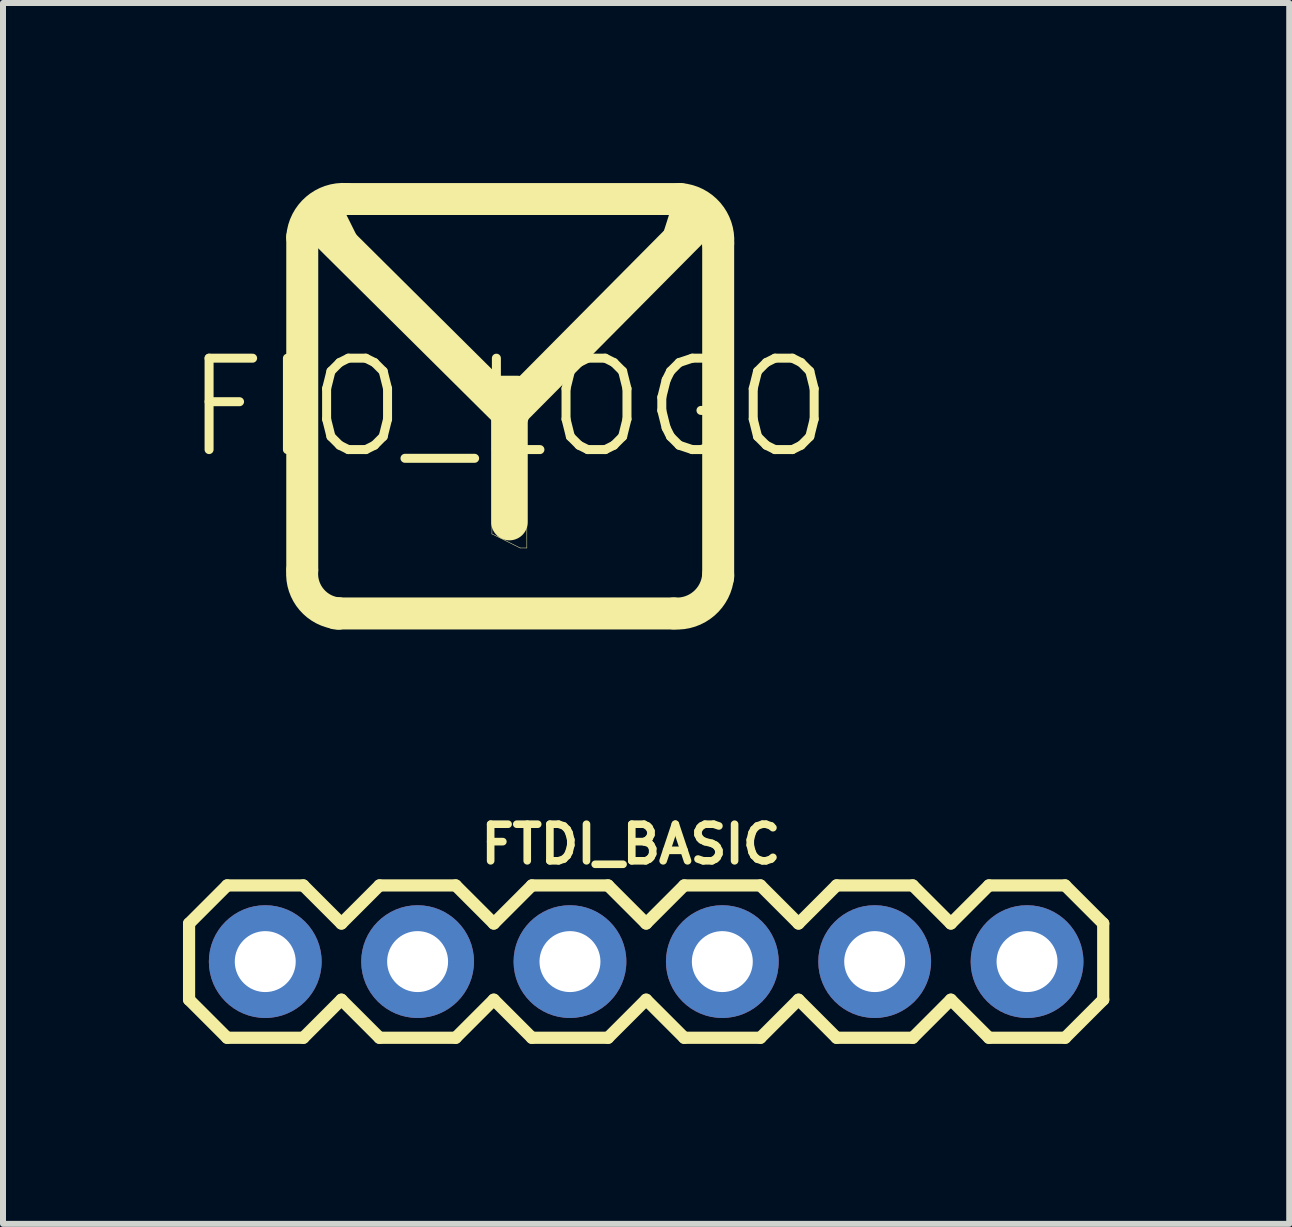
<source format=kicad_pcb>
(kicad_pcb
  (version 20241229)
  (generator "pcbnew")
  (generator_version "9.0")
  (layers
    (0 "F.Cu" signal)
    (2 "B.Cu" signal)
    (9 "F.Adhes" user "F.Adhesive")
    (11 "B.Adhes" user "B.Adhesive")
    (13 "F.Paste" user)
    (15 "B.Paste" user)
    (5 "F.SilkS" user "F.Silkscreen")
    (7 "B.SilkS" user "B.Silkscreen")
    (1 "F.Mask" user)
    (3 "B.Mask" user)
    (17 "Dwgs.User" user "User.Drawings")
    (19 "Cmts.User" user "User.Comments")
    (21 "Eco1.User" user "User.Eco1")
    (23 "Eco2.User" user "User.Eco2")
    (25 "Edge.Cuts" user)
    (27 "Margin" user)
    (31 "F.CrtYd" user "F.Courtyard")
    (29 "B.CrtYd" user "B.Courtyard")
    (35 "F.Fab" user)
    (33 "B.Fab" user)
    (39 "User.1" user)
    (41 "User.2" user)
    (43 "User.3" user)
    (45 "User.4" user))
  (footprint "FIO_LOGO"
    (layer "F.Cu")
    (at 5.443 3.748)
    (property "Reference" "FIO_LOGO" (at 0 0 0) (layer "F.SilkS") (effects (font (size 1.524 1.524) (thickness 0.15))))
    (attr exclude_from_pos_files exclude_from_bom)
    (fp_line (start -3.454 -2.845) (end -3.454 2.692) (stroke (width 0.533) (type solid)) (layer "F.SilkS"))
    (fp_line (start -2.845 3.429) (end -2.896 3.429) (stroke (width 0.533) (type solid)) (layer "F.SilkS"))
    (fp_line (start -2.769 -2.692) (end -3.073 -3.302) (stroke (width 0.559) (type solid)) (layer "F.SilkS"))
    (fp_line (start -0.292 1.925) (end 0.29 1.93) (stroke (width 0.008) (type solid)) (layer "F.SilkS"))
    (fp_line (start -0.292 2.103) (end -0.292 1.925) (stroke (width 0.008) (type solid)) (layer "F.SilkS"))
    (fp_line (start 0 -0.152) (end 0 1.905) (stroke (width 0.61) (type solid)) (layer "F.SilkS"))
    (fp_line (start 0 0.076) (end 3.251 -3.2) (stroke (width 0.61) (type solid)) (layer "F.SilkS"))
    (fp_line (start 0.025 0.102) (end -3.251 -3.15) (stroke (width 0.61) (type solid)) (layer "F.SilkS"))
    (fp_line (start 0.127 -0.229) (end -0.178 -0.229) (stroke (width 0.61) (type solid)) (layer "F.SilkS"))
    (fp_line (start 0.178 2.337) (end -0.292 2.103) (stroke (width 0.008) (type solid)) (layer "F.SilkS"))
    (fp_line (start 0.29 1.93) (end 0.29 2.337) (stroke (width 0.008) (type solid)) (layer "F.SilkS"))
    (fp_line (start 0.29 2.337) (end 0.178 2.337) (stroke (width 0.008) (type solid)) (layer "F.SilkS"))
    (fp_line (start 2.743 3.429) (end -2.845 3.429) (stroke (width 0.533) (type solid)) (layer "F.SilkS"))
    (fp_line (start 2.819 -2.794) (end 2.997 -3.353) (stroke (width 0.559) (type solid)) (layer "F.SilkS"))
    (fp_line (start 2.845 -3.48) (end -2.692 -3.48) (stroke (width 0.533) (type solid)) (layer "F.SilkS"))
    (fp_line (start 3.48 -2.743) (end 3.48 2.819) (stroke (width 0.533) (type solid)) (layer "F.SilkS"))
    (fp_arc (start -3.4544 -2.8448) (mid -3.217613 -3.314855) (end -2.7178 -3.4798) (stroke (width 0.5334) (type solid)) (layer "F.SilkS"))
    (fp_arc (start -2.8448 3.429) (mid -3.296894 3.199652) (end -3.4544 2.7178) (stroke (width 0.5334) (type solid)) (layer "F.SilkS"))
    (fp_arc (start 2.8448 -3.4798) (mid 3.314855 -3.243013) (end 3.4798 -2.7432) (stroke (width 0.5334) (type solid)) (layer "F.SilkS"))
    (fp_arc (start 3.4798 2.794) (mid 3.243013 3.264055) (end 2.7432 3.429) (stroke (width 0.5334) (type solid)) (layer "F.SilkS")))
  (footprint "FTDI_BASIC"
    (layer "F.Cu")
    (at 1.372 12.981)
    (property "Reference" "FTDI_BASIC" (at 6.096 -1.956 0) (layer "F.SilkS") (effects (font (size 0.61 0.61) (thickness 0.127))))
    (attr exclude_from_pos_files exclude_from_bom)
    (fp_line (start -1.27 -0.635) (end -1.27 0.635) (stroke (width 0.203) (type solid)) (layer "F.SilkS"))
    (fp_line (start -1.27 0.635) (end -0.635 1.27) (stroke (width 0.203) (type solid)) (layer "F.SilkS"))
    (fp_line (start -0.635 -1.27) (end -1.27 -0.635) (stroke (width 0.203) (type solid)) (layer "F.SilkS"))
    (fp_line (start -0.635 -1.27) (end 0.635 -1.27) (stroke (width 0.203) (type solid)) (layer "F.SilkS"))
    (fp_line (start 0.635 -1.27) (end 1.27 -0.635) (stroke (width 0.203) (type solid)) (layer "F.SilkS"))
    (fp_line (start 0.635 1.27) (end -0.635 1.27) (stroke (width 0.203) (type solid)) (layer "F.SilkS"))
    (fp_line (start 1.27 -0.635) (end 1.905 -1.27) (stroke (width 0.203) (type solid)) (layer "F.SilkS"))
    (fp_line (start 1.27 0.635) (end 0.635 1.27) (stroke (width 0.203) (type solid)) (layer "F.SilkS"))
    (fp_line (start 1.905 -1.27) (end 3.175 -1.27) (stroke (width 0.203) (type solid)) (layer "F.SilkS"))
    (fp_line (start 1.905 1.27) (end 1.27 0.635) (stroke (width 0.203) (type solid)) (layer "F.SilkS"))
    (fp_line (start 3.175 -1.27) (end 3.81 -0.635) (stroke (width 0.203) (type solid)) (layer "F.SilkS"))
    (fp_line (start 3.175 1.27) (end 1.905 1.27) (stroke (width 0.203) (type solid)) (layer "F.SilkS"))
    (fp_line (start 3.81 -0.635) (end 4.445 -1.27) (stroke (width 0.203) (type solid)) (layer "F.SilkS"))
    (fp_line (start 3.81 0.635) (end 3.175 1.27) (stroke (width 0.203) (type solid)) (layer "F.SilkS"))
    (fp_line (start 4.445 -1.27) (end 5.715 -1.27) (stroke (width 0.203) (type solid)) (layer "F.SilkS"))
    (fp_line (start 4.445 1.27) (end 3.81 0.635) (stroke (width 0.203) (type solid)) (layer "F.SilkS"))
    (fp_line (start 5.715 -1.27) (end 6.35 -0.635) (stroke (width 0.203) (type solid)) (layer "F.SilkS"))
    (fp_line (start 5.715 1.27) (end 4.445 1.27) (stroke (width 0.203) (type solid)) (layer "F.SilkS"))
    (fp_line (start 6.35 0.635) (end 5.715 1.27) (stroke (width 0.203) (type solid)) (layer "F.SilkS"))
    (fp_line (start 6.35 0.635) (end 6.985 1.27) (stroke (width 0.203) (type solid)) (layer "F.SilkS"))
    (fp_line (start 6.985 -1.27) (end 6.35 -0.635) (stroke (width 0.203) (type solid)) (layer "F.SilkS"))
    (fp_line (start 6.985 -1.27) (end 8.255 -1.27) (stroke (width 0.203) (type solid)) (layer "F.SilkS"))
    (fp_line (start 8.255 -1.27) (end 8.89 -0.635) (stroke (width 0.203) (type solid)) (layer "F.SilkS"))
    (fp_line (start 8.255 1.27) (end 6.985 1.27) (stroke (width 0.203) (type solid)) (layer "F.SilkS"))
    (fp_line (start 8.89 -0.635) (end 9.525 -1.27) (stroke (width 0.203) (type solid)) (layer "F.SilkS"))
    (fp_line (start 8.89 0.635) (end 8.255 1.27) (stroke (width 0.203) (type solid)) (layer "F.SilkS"))
    (fp_line (start 9.525 -1.27) (end 10.795 -1.27) (stroke (width 0.203) (type solid)) (layer "F.SilkS"))
    (fp_line (start 9.525 1.27) (end 8.89 0.635) (stroke (width 0.203) (type solid)) (layer "F.SilkS"))
    (fp_line (start 10.795 -1.27) (end 11.43 -0.635) (stroke (width 0.203) (type solid)) (layer "F.SilkS"))
    (fp_line (start 10.795 1.27) (end 9.525 1.27) (stroke (width 0.203) (type solid)) (layer "F.SilkS"))
    (fp_line (start 11.43 -0.635) (end 12.065 -1.27) (stroke (width 0.203) (type solid)) (layer "F.SilkS"))
    (fp_line (start 11.43 0.635) (end 10.795 1.27) (stroke (width 0.203) (type solid)) (layer "F.SilkS"))
    (fp_line (start 12.065 -1.27) (end 13.335 -1.27) (stroke (width 0.203) (type solid)) (layer "F.SilkS"))
    (fp_line (start 12.065 1.27) (end 11.43 0.635) (stroke (width 0.203) (type solid)) (layer "F.SilkS"))
    (fp_line (start 13.335 -1.27) (end 13.97 -0.635) (stroke (width 0.203) (type solid)) (layer "F.SilkS"))
    (fp_line (start 13.335 1.27) (end 12.065 1.27) (stroke (width 0.203) (type solid)) (layer "F.SilkS"))
    (fp_line (start 13.97 -0.635) (end 13.97 0.635) (stroke (width 0.203) (type solid)) (layer "F.SilkS"))
    (fp_line (start 13.97 0.635) (end 13.335 1.27) (stroke (width 0.203) (type solid)) (layer "F.SilkS"))
    (fp_line (start -0.254 -0.254) (end 0.254 -0.254) (stroke (width 0.066) (type solid)) (layer "Dwgs.User"))
    (fp_line (start -0.254 0.254) (end -0.254 -0.254) (stroke (width 0.066) (type solid)) (layer "Dwgs.User"))
    (fp_line (start -0.254 0.254) (end 0.254 0.254) (stroke (width 0.066) (type solid)) (layer "Dwgs.User"))
    (fp_line (start 0.254 0.254) (end 0.254 -0.254) (stroke (width 0.066) (type solid)) (layer "Dwgs.User"))
    (fp_line (start 2.286 -0.254) (end 2.794 -0.254) (stroke (width 0.066) (type solid)) (layer "Dwgs.User"))
    (fp_line (start 2.286 0.254) (end 2.286 -0.254) (stroke (width 0.066) (type solid)) (layer "Dwgs.User"))
    (fp_line (start 2.286 0.254) (end 2.794 0.254) (stroke (width 0.066) (type solid)) (layer "Dwgs.User"))
    (fp_line (start 2.794 0.254) (end 2.794 -0.254) (stroke (width 0.066) (type solid)) (layer "Dwgs.User"))
    (fp_line (start 4.826 -0.254) (end 5.334 -0.254) (stroke (width 0.066) (type solid)) (layer "Dwgs.User"))
    (fp_line (start 4.826 0.254) (end 4.826 -0.254) (stroke (width 0.066) (type solid)) (layer "Dwgs.User"))
    (fp_line (start 4.826 0.254) (end 5.334 0.254) (stroke (width 0.066) (type solid)) (layer "Dwgs.User"))
    (fp_line (start 5.334 0.254) (end 5.334 -0.254) (stroke (width 0.066) (type solid)) (layer "Dwgs.User"))
    (fp_line (start 7.366 -0.254) (end 7.874 -0.254) (stroke (width 0.066) (type solid)) (layer "Dwgs.User"))
    (fp_line (start 7.366 0.254) (end 7.366 -0.254) (stroke (width 0.066) (type solid)) (layer "Dwgs.User"))
    (fp_line (start 7.366 0.254) (end 7.874 0.254) (stroke (width 0.066) (type solid)) (layer "Dwgs.User"))
    (fp_line (start 7.874 0.254) (end 7.874 -0.254) (stroke (width 0.066) (type solid)) (layer "Dwgs.User"))
    (fp_line (start 9.906 -0.254) (end 10.414 -0.254) (stroke (width 0.066) (type solid)) (layer "Dwgs.User"))
    (fp_line (start 9.906 0.254) (end 9.906 -0.254) (stroke (width 0.066) (type solid)) (layer "Dwgs.User"))
    (fp_line (start 9.906 0.254) (end 10.414 0.254) (stroke (width 0.066) (type solid)) (layer "Dwgs.User"))
    (fp_line (start 10.414 0.254) (end 10.414 -0.254) (stroke (width 0.066) (type solid)) (layer "Dwgs.User"))
    (fp_line (start 12.446 -0.254) (end 12.954 -0.254) (stroke (width 0.066) (type solid)) (layer "Dwgs.User"))
    (fp_line (start 12.446 0.254) (end 12.446 -0.254) (stroke (width 0.066) (type solid)) (layer "Dwgs.User"))
    (fp_line (start 12.446 0.254) (end 12.954 0.254) (stroke (width 0.066) (type solid)) (layer "Dwgs.User"))
    (fp_line (start 12.954 0.254) (end 12.954 -0.254) (stroke (width 0.066) (type solid)) (layer "Dwgs.User"))
    (pad "CTS" thru_hole circle (at 10.16 0) (size 1.88 1.88) (drill 1.016) (layers "*.Cu" "*.Paste" "*.Mask"))
    (pad "DTR" thru_hole circle (at 0 0) (size 1.88 1.88) (drill 1.016) (layers "*.Cu" "*.Paste" "*.Mask"))
    (pad "GND" thru_hole circle (at 12.7 0) (size 1.88 1.88) (drill 1.016) (layers "*.Cu" "*.Paste" "*.Mask"))
    (pad "RXI" thru_hole circle (at 2.54 0) (size 1.88 1.88) (drill 1.016) (layers "*.Cu" "*.Paste" "*.Mask"))
    (pad "TXO" thru_hole circle (at 5.08 0) (size 1.88 1.88) (drill 1.016) (layers "*.Cu" "*.Paste" "*.Mask"))
    (pad "VCC" thru_hole circle (at 7.62 0) (size 1.88 1.88) (drill 1.016) (layers "*.Cu" "*.Paste" "*.Mask")))
  (gr_rect
    (start -3 -3)
    (end 18.443 17.353)
    (stroke (width 0.1) (type default))
    (fill no)
    (layer "Edge.Cuts")))
</source>
